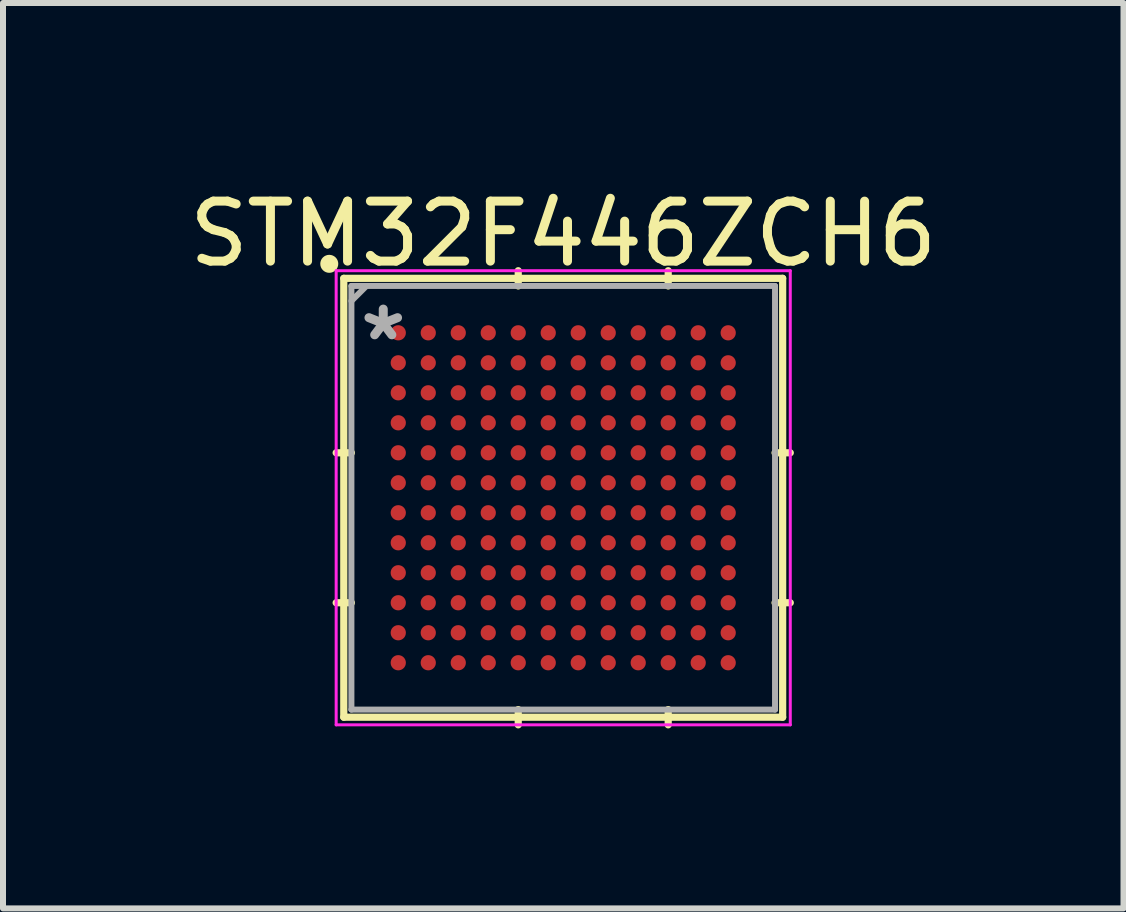
<source format=kicad_pcb>
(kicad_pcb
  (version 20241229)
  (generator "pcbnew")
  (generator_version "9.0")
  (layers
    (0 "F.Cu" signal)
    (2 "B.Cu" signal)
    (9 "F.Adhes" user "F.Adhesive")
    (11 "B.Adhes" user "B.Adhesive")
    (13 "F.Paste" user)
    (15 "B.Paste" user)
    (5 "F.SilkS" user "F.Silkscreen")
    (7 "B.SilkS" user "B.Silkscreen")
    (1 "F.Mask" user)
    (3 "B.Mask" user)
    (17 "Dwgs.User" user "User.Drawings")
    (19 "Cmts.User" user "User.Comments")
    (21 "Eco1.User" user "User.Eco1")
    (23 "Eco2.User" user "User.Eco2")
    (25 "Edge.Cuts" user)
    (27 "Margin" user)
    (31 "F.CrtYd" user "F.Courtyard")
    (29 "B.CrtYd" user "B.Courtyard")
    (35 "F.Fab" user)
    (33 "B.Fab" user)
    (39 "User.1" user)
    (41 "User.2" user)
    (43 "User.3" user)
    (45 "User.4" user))
  (footprint "STM32F446ZCH6"
    (layer "F.Cu")
    (at 6.339 5.248)
    (property "Reference" "STM32F446ZCH6" (at 0 -4.4 0) (layer "F.SilkS") (effects (font (size 1 1) (thickness 0.15))))
    (attr through_hole)
    (fp_line (start -3.658 -3.658) (end -3.658 3.658) (stroke (width 0.12) (type solid)) (layer "F.SilkS"))
    (fp_line (start -3.658 3.658) (end 3.658 3.658) (stroke (width 0.12) (type solid)) (layer "F.SilkS"))
    (fp_line (start -3.531 -0.75) (end -3.785 -0.75) (stroke (width 0.12) (type solid)) (layer "F.SilkS"))
    (fp_line (start -3.531 1.75) (end -3.785 1.75) (stroke (width 0.12) (type solid)) (layer "F.SilkS"))
    (fp_line (start -0.75 -3.531) (end -0.75 -3.785) (stroke (width 0.12) (type solid)) (layer "F.SilkS"))
    (fp_line (start -0.75 3.531) (end -0.75 3.785) (stroke (width 0.12) (type solid)) (layer "F.SilkS"))
    (fp_line (start 1.75 -3.531) (end 1.75 -3.785) (stroke (width 0.12) (type solid)) (layer "F.SilkS"))
    (fp_line (start 1.75 3.531) (end 1.75 3.785) (stroke (width 0.12) (type solid)) (layer "F.SilkS"))
    (fp_line (start 3.531 -0.75) (end 3.785 -0.75) (stroke (width 0.12) (type solid)) (layer "F.SilkS"))
    (fp_line (start 3.531 1.75) (end 3.785 1.75) (stroke (width 0.12) (type solid)) (layer "F.SilkS"))
    (fp_line (start 3.658 -3.658) (end -3.658 -3.658) (stroke (width 0.12) (type solid)) (layer "F.SilkS"))
    (fp_line (start 3.658 3.658) (end 3.658 -3.658) (stroke (width 0.12) (type solid)) (layer "F.SilkS"))
    (fp_circle (center -3.9 -3.9) (end -3.75 -3.9) (stroke (width 0) (type solid)) (fill yes) (layer "F.SilkS"))
    (fp_line (start -3.785 -3.785) (end 3.785 -3.785) (stroke (width 0.05) (type solid)) (layer "F.CrtYd"))
    (fp_line (start -3.785 3.785) (end -3.785 -3.785) (stroke (width 0.05) (type solid)) (layer "F.CrtYd"))
    (fp_line (start 3.785 -3.785) (end 3.785 3.785) (stroke (width 0.05) (type solid)) (layer "F.CrtYd"))
    (fp_line (start 3.785 3.785) (end -3.785 3.785) (stroke (width 0.05) (type solid)) (layer "F.CrtYd"))
    (fp_line (start -3.531 -3.531) (end -3.531 3.531) (stroke (width 0.1) (type solid)) (layer "F.Fab"))
    (fp_line (start -3.531 3.531) (end 3.531 3.531) (stroke (width 0.1) (type solid)) (layer "F.Fab"))
    (fp_line (start -3.281 -3.531) (end -3.531 -3.281) (stroke (width 0.1) (type solid)) (layer "F.Fab"))
    (fp_line (start 3.531 -3.531) (end -3.531 -3.531) (stroke (width 0.1) (type solid)) (layer "F.Fab"))
    (fp_line (start 3.531 3.531) (end 3.531 -3.531) (stroke (width 0.1) (type solid)) (layer "F.Fab"))
    (fp_text user "*" (at -3 -2.6 0) (layer "F.Fab") (effects (font (size 1 1) (thickness 0.15))))
    (pad "A1" smd circle (at -2.75 -2.75) (size 0.254 0.254) (layers "F.Cu" "F.Mask" "F.Paste"))
    (pad "A2" smd circle (at -2.25 -2.75) (size 0.254 0.254) (layers "F.Cu" "F.Mask" "F.Paste"))
    (pad "A3" smd circle (at -1.75 -2.75) (size 0.254 0.254) (layers "F.Cu" "F.Mask" "F.Paste"))
    (pad "A4" smd circle (at -1.25 -2.75) (size 0.254 0.254) (layers "F.Cu" "F.Mask" "F.Paste"))
    (pad "A5" smd circle (at -0.75 -2.75) (size 0.254 0.254) (layers "F.Cu" "F.Mask" "F.Paste"))
    (pad "A6" smd circle (at -0.25 -2.75) (size 0.254 0.254) (layers "F.Cu" "F.Mask" "F.Paste"))
    (pad "A7" smd circle (at 0.25 -2.75) (size 0.254 0.254) (layers "F.Cu" "F.Mask" "F.Paste"))
    (pad "A8" smd circle (at 0.75 -2.75) (size 0.254 0.254) (layers "F.Cu" "F.Mask" "F.Paste"))
    (pad "A9" smd circle (at 1.25 -2.75) (size 0.254 0.254) (layers "F.Cu" "F.Mask" "F.Paste"))
    (pad "A10" smd circle (at 1.75 -2.75) (size 0.254 0.254) (layers "F.Cu" "F.Mask" "F.Paste"))
    (pad "A11" smd circle (at 2.25 -2.75) (size 0.254 0.254) (layers "F.Cu" "F.Mask" "F.Paste"))
    (pad "A12" smd circle (at 2.75 -2.75) (size 0.254 0.254) (layers "F.Cu" "F.Mask" "F.Paste"))
    (pad "B1" smd circle (at -2.75 -2.25) (size 0.254 0.254) (layers "F.Cu" "F.Mask" "F.Paste"))
    (pad "B2" smd circle (at -2.25 -2.25) (size 0.254 0.254) (layers "F.Cu" "F.Mask" "F.Paste"))
    (pad "B3" smd circle (at -1.75 -2.25) (size 0.254 0.254) (layers "F.Cu" "F.Mask" "F.Paste"))
    (pad "B4" smd circle (at -1.25 -2.25) (size 0.254 0.254) (layers "F.Cu" "F.Mask" "F.Paste"))
    (pad "B5" smd circle (at -0.75 -2.25) (size 0.254 0.254) (layers "F.Cu" "F.Mask" "F.Paste"))
    (pad "B6" smd circle (at -0.25 -2.25) (size 0.254 0.254) (layers "F.Cu" "F.Mask" "F.Paste"))
    (pad "B7" smd circle (at 0.25 -2.25) (size 0.254 0.254) (layers "F.Cu" "F.Mask" "F.Paste"))
    (pad "B8" smd circle (at 0.75 -2.25) (size 0.254 0.254) (layers "F.Cu" "F.Mask" "F.Paste"))
    (pad "B9" smd circle (at 1.25 -2.25) (size 0.254 0.254) (layers "F.Cu" "F.Mask" "F.Paste"))
    (pad "B10" smd circle (at 1.75 -2.25) (size 0.254 0.254) (layers "F.Cu" "F.Mask" "F.Paste"))
    (pad "B11" smd circle (at 2.25 -2.25) (size 0.254 0.254) (layers "F.Cu" "F.Mask" "F.Paste"))
    (pad "B12" smd circle (at 2.75 -2.25) (size 0.254 0.254) (layers "F.Cu" "F.Mask" "F.Paste"))
    (pad "C1" smd circle (at -2.75 -1.75) (size 0.254 0.254) (layers "F.Cu" "F.Mask" "F.Paste"))
    (pad "C2" smd circle (at -2.25 -1.75) (size 0.254 0.254) (layers "F.Cu" "F.Mask" "F.Paste"))
    (pad "C3" smd circle (at -1.75 -1.75) (size 0.254 0.254) (layers "F.Cu" "F.Mask" "F.Paste"))
    (pad "C4" smd circle (at -1.25 -1.75) (size 0.254 0.254) (layers "F.Cu" "F.Mask" "F.Paste"))
    (pad "C5" smd circle (at -0.75 -1.75) (size 0.254 0.254) (layers "F.Cu" "F.Mask" "F.Paste"))
    (pad "C6" smd circle (at -0.25 -1.75) (size 0.254 0.254) (layers "F.Cu" "F.Mask" "F.Paste"))
    (pad "C7" smd circle (at 0.25 -1.75) (size 0.254 0.254) (layers "F.Cu" "F.Mask" "F.Paste"))
    (pad "C8" smd circle (at 0.75 -1.75) (size 0.254 0.254) (layers "F.Cu" "F.Mask" "F.Paste"))
    (pad "C9" smd circle (at 1.25 -1.75) (size 0.254 0.254) (layers "F.Cu" "F.Mask" "F.Paste"))
    (pad "C10" smd circle (at 1.75 -1.75) (size 0.254 0.254) (layers "F.Cu" "F.Mask" "F.Paste"))
    (pad "C11" smd circle (at 2.25 -1.75) (size 0.254 0.254) (layers "F.Cu" "F.Mask" "F.Paste"))
    (pad "C12" smd circle (at 2.75 -1.75) (size 0.254 0.254) (layers "F.Cu" "F.Mask" "F.Paste"))
    (pad "D1" smd circle (at -2.75 -1.25) (size 0.254 0.254) (layers "F.Cu" "F.Mask" "F.Paste"))
    (pad "D2" smd circle (at -2.25 -1.25) (size 0.254 0.254) (layers "F.Cu" "F.Mask" "F.Paste"))
    (pad "D3" smd circle (at -1.75 -1.25) (size 0.254 0.254) (layers "F.Cu" "F.Mask" "F.Paste"))
    (pad "D4" smd circle (at -1.25 -1.25) (size 0.254 0.254) (layers "F.Cu" "F.Mask" "F.Paste"))
    (pad "D5" smd circle (at -0.75 -1.25) (size 0.254 0.254) (layers "F.Cu" "F.Mask" "F.Paste"))
    (pad "D6" smd circle (at -0.25 -1.25) (size 0.254 0.254) (layers "F.Cu" "F.Mask" "F.Paste"))
    (pad "D7" smd circle (at 0.25 -1.25) (size 0.254 0.254) (layers "F.Cu" "F.Mask" "F.Paste"))
    (pad "D8" smd circle (at 0.75 -1.25) (size 0.254 0.254) (layers "F.Cu" "F.Mask" "F.Paste"))
    (pad "D9" smd circle (at 1.25 -1.25) (size 0.254 0.254) (layers "F.Cu" "F.Mask" "F.Paste"))
    (pad "D10" smd circle (at 1.75 -1.25) (size 0.254 0.254) (layers "F.Cu" "F.Mask" "F.Paste"))
    (pad "D11" smd circle (at 2.25 -1.25) (size 0.254 0.254) (layers "F.Cu" "F.Mask" "F.Paste"))
    (pad "D12" smd circle (at 2.75 -1.25) (size 0.254 0.254) (layers "F.Cu" "F.Mask" "F.Paste"))
    (pad "E1" smd circle (at -2.75 -0.75) (size 0.254 0.254) (layers "F.Cu" "F.Mask" "F.Paste"))
    (pad "E2" smd circle (at -2.25 -0.75) (size 0.254 0.254) (layers "F.Cu" "F.Mask" "F.Paste"))
    (pad "E3" smd circle (at -1.75 -0.75) (size 0.254 0.254) (layers "F.Cu" "F.Mask" "F.Paste"))
    (pad "E4" smd circle (at -1.25 -0.75) (size 0.254 0.254) (layers "F.Cu" "F.Mask" "F.Paste"))
    (pad "E5" smd circle (at -0.75 -0.75) (size 0.254 0.254) (layers "F.Cu" "F.Mask" "F.Paste"))
    (pad "E6" smd circle (at -0.25 -0.75) (size 0.254 0.254) (layers "F.Cu" "F.Mask" "F.Paste"))
    (pad "E7" smd circle (at 0.25 -0.75) (size 0.254 0.254) (layers "F.Cu" "F.Mask" "F.Paste"))
    (pad "E8" smd circle (at 0.75 -0.75) (size 0.254 0.254) (layers "F.Cu" "F.Mask" "F.Paste"))
    (pad "E9" smd circle (at 1.25 -0.75) (size 0.254 0.254) (layers "F.Cu" "F.Mask" "F.Paste"))
    (pad "E10" smd circle (at 1.75 -0.75) (size 0.254 0.254) (layers "F.Cu" "F.Mask" "F.Paste"))
    (pad "E11" smd circle (at 2.25 -0.75) (size 0.254 0.254) (layers "F.Cu" "F.Mask" "F.Paste"))
    (pad "E12" smd circle (at 2.75 -0.75) (size 0.254 0.254) (layers "F.Cu" "F.Mask" "F.Paste"))
    (pad "F1" smd circle (at -2.75 -0.25) (size 0.254 0.254) (layers "F.Cu" "F.Mask" "F.Paste"))
    (pad "F2" smd circle (at -2.25 -0.25) (size 0.254 0.254) (layers "F.Cu" "F.Mask" "F.Paste"))
    (pad "F3" smd circle (at -1.75 -0.25) (size 0.254 0.254) (layers "F.Cu" "F.Mask" "F.Paste"))
    (pad "F4" smd circle (at -1.25 -0.25) (size 0.254 0.254) (layers "F.Cu" "F.Mask" "F.Paste"))
    (pad "F5" smd circle (at -0.75 -0.25) (size 0.254 0.254) (layers "F.Cu" "F.Mask" "F.Paste"))
    (pad "F6" smd circle (at -0.25 -0.25) (size 0.254 0.254) (layers "F.Cu" "F.Mask" "F.Paste"))
    (pad "F7" smd circle (at 0.25 -0.25) (size 0.254 0.254) (layers "F.Cu" "F.Mask" "F.Paste"))
    (pad "F8" smd circle (at 0.75 -0.25) (size 0.254 0.254) (layers "F.Cu" "F.Mask" "F.Paste"))
    (pad "F9" smd circle (at 1.25 -0.25) (size 0.254 0.254) (layers "F.Cu" "F.Mask" "F.Paste"))
    (pad "F10" smd circle (at 1.75 -0.25) (size 0.254 0.254) (layers "F.Cu" "F.Mask" "F.Paste"))
    (pad "F11" smd circle (at 2.25 -0.25) (size 0.254 0.254) (layers "F.Cu" "F.Mask" "F.Paste"))
    (pad "F12" smd circle (at 2.75 -0.25) (size 0.254 0.254) (layers "F.Cu" "F.Mask" "F.Paste"))
    (pad "G1" smd circle (at -2.75 0.25) (size 0.254 0.254) (layers "F.Cu" "F.Mask" "F.Paste"))
    (pad "G2" smd circle (at -2.25 0.25) (size 0.254 0.254) (layers "F.Cu" "F.Mask" "F.Paste"))
    (pad "G3" smd circle (at -1.75 0.25) (size 0.254 0.254) (layers "F.Cu" "F.Mask" "F.Paste"))
    (pad "G4" smd circle (at -1.25 0.25) (size 0.254 0.254) (layers "F.Cu" "F.Mask" "F.Paste"))
    (pad "G5" smd circle (at -0.75 0.25) (size 0.254 0.254) (layers "F.Cu" "F.Mask" "F.Paste"))
    (pad "G6" smd circle (at -0.25 0.25) (size 0.254 0.254) (layers "F.Cu" "F.Mask" "F.Paste"))
    (pad "G7" smd circle (at 0.25 0.25) (size 0.254 0.254) (layers "F.Cu" "F.Mask" "F.Paste"))
    (pad "G8" smd circle (at 0.75 0.25) (size 0.254 0.254) (layers "F.Cu" "F.Mask" "F.Paste"))
    (pad "G9" smd circle (at 1.25 0.25) (size 0.254 0.254) (layers "F.Cu" "F.Mask" "F.Paste"))
    (pad "G10" smd circle (at 1.75 0.25) (size 0.254 0.254) (layers "F.Cu" "F.Mask" "F.Paste"))
    (pad "G11" smd circle (at 2.25 0.25) (size 0.254 0.254) (layers "F.Cu" "F.Mask" "F.Paste"))
    (pad "G12" smd circle (at 2.75 0.25) (size 0.254 0.254) (layers "F.Cu" "F.Mask" "F.Paste"))
    (pad "H1" smd circle (at -2.75 0.75) (size 0.254 0.254) (layers "F.Cu" "F.Mask" "F.Paste"))
    (pad "H2" smd circle (at -2.25 0.75) (size 0.254 0.254) (layers "F.Cu" "F.Mask" "F.Paste"))
    (pad "H3" smd circle (at -1.75 0.75) (size 0.254 0.254) (layers "F.Cu" "F.Mask" "F.Paste"))
    (pad "H4" smd circle (at -1.25 0.75) (size 0.254 0.254) (layers "F.Cu" "F.Mask" "F.Paste"))
    (pad "H5" smd circle (at -0.75 0.75) (size 0.254 0.254) (layers "F.Cu" "F.Mask" "F.Paste"))
    (pad "H6" smd circle (at -0.25 0.75) (size 0.254 0.254) (layers "F.Cu" "F.Mask" "F.Paste"))
    (pad "H7" smd circle (at 0.25 0.75) (size 0.254 0.254) (layers "F.Cu" "F.Mask" "F.Paste"))
    (pad "H8" smd circle (at 0.75 0.75) (size 0.254 0.254) (layers "F.Cu" "F.Mask" "F.Paste"))
    (pad "H9" smd circle (at 1.25 0.75) (size 0.254 0.254) (layers "F.Cu" "F.Mask" "F.Paste"))
    (pad "H10" smd circle (at 1.75 0.75) (size 0.254 0.254) (layers "F.Cu" "F.Mask" "F.Paste"))
    (pad "H11" smd circle (at 2.25 0.75) (size 0.254 0.254) (layers "F.Cu" "F.Mask" "F.Paste"))
    (pad "H12" smd circle (at 2.75 0.75) (size 0.254 0.254) (layers "F.Cu" "F.Mask" "F.Paste"))
    (pad "J1" smd circle (at -2.75 1.25) (size 0.254 0.254) (layers "F.Cu" "F.Mask" "F.Paste"))
    (pad "J2" smd circle (at -2.25 1.25) (size 0.254 0.254) (layers "F.Cu" "F.Mask" "F.Paste"))
    (pad "J3" smd circle (at -1.75 1.25) (size 0.254 0.254) (layers "F.Cu" "F.Mask" "F.Paste"))
    (pad "J4" smd circle (at -1.25 1.25) (size 0.254 0.254) (layers "F.Cu" "F.Mask" "F.Paste"))
    (pad "J5" smd circle (at -0.75 1.25) (size 0.254 0.254) (layers "F.Cu" "F.Mask" "F.Paste"))
    (pad "J6" smd circle (at -0.25 1.25) (size 0.254 0.254) (layers "F.Cu" "F.Mask" "F.Paste"))
    (pad "J7" smd circle (at 0.25 1.25) (size 0.254 0.254) (layers "F.Cu" "F.Mask" "F.Paste"))
    (pad "J8" smd circle (at 0.75 1.25) (size 0.254 0.254) (layers "F.Cu" "F.Mask" "F.Paste"))
    (pad "J9" smd circle (at 1.25 1.25) (size 0.254 0.254) (layers "F.Cu" "F.Mask" "F.Paste"))
    (pad "J10" smd circle (at 1.75 1.25) (size 0.254 0.254) (layers "F.Cu" "F.Mask" "F.Paste"))
    (pad "J11" smd circle (at 2.25 1.25) (size 0.254 0.254) (layers "F.Cu" "F.Mask" "F.Paste"))
    (pad "J12" smd circle (at 2.75 1.25) (size 0.254 0.254) (layers "F.Cu" "F.Mask" "F.Paste"))
    (pad "K1" smd circle (at -2.75 1.75) (size 0.254 0.254) (layers "F.Cu" "F.Mask" "F.Paste"))
    (pad "K2" smd circle (at -2.25 1.75) (size 0.254 0.254) (layers "F.Cu" "F.Mask" "F.Paste"))
    (pad "K3" smd circle (at -1.75 1.75) (size 0.254 0.254) (layers "F.Cu" "F.Mask" "F.Paste"))
    (pad "K4" smd circle (at -1.25 1.75) (size 0.254 0.254) (layers "F.Cu" "F.Mask" "F.Paste"))
    (pad "K5" smd circle (at -0.75 1.75) (size 0.254 0.254) (layers "F.Cu" "F.Mask" "F.Paste"))
    (pad "K6" smd circle (at -0.25 1.75) (size 0.254 0.254) (layers "F.Cu" "F.Mask" "F.Paste"))
    (pad "K7" smd circle (at 0.25 1.75) (size 0.254 0.254) (layers "F.Cu" "F.Mask" "F.Paste"))
    (pad "K8" smd circle (at 0.75 1.75) (size 0.254 0.254) (layers "F.Cu" "F.Mask" "F.Paste"))
    (pad "K9" smd circle (at 1.25 1.75) (size 0.254 0.254) (layers "F.Cu" "F.Mask" "F.Paste"))
    (pad "K10" smd circle (at 1.75 1.75) (size 0.254 0.254) (layers "F.Cu" "F.Mask" "F.Paste"))
    (pad "K11" smd circle (at 2.25 1.75) (size 0.254 0.254) (layers "F.Cu" "F.Mask" "F.Paste"))
    (pad "K12" smd circle (at 2.75 1.75) (size 0.254 0.254) (layers "F.Cu" "F.Mask" "F.Paste"))
    (pad "L1" smd circle (at -2.75 2.25) (size 0.254 0.254) (layers "F.Cu" "F.Mask" "F.Paste"))
    (pad "L2" smd circle (at -2.25 2.25) (size 0.254 0.254) (layers "F.Cu" "F.Mask" "F.Paste"))
    (pad "L3" smd circle (at -1.75 2.25) (size 0.254 0.254) (layers "F.Cu" "F.Mask" "F.Paste"))
    (pad "L4" smd circle (at -1.25 2.25) (size 0.254 0.254) (layers "F.Cu" "F.Mask" "F.Paste"))
    (pad "L5" smd circle (at -0.75 2.25) (size 0.254 0.254) (layers "F.Cu" "F.Mask" "F.Paste"))
    (pad "L6" smd circle (at -0.25 2.25) (size 0.254 0.254) (layers "F.Cu" "F.Mask" "F.Paste"))
    (pad "L7" smd circle (at 0.25 2.25) (size 0.254 0.254) (layers "F.Cu" "F.Mask" "F.Paste"))
    (pad "L8" smd circle (at 0.75 2.25) (size 0.254 0.254) (layers "F.Cu" "F.Mask" "F.Paste"))
    (pad "L9" smd circle (at 1.25 2.25) (size 0.254 0.254) (layers "F.Cu" "F.Mask" "F.Paste"))
    (pad "L10" smd circle (at 1.75 2.25) (size 0.254 0.254) (layers "F.Cu" "F.Mask" "F.Paste"))
    (pad "L11" smd circle (at 2.25 2.25) (size 0.254 0.254) (layers "F.Cu" "F.Mask" "F.Paste"))
    (pad "L12" smd circle (at 2.75 2.25) (size 0.254 0.254) (layers "F.Cu" "F.Mask" "F.Paste"))
    (pad "M1" smd circle (at -2.75 2.75) (size 0.254 0.254) (layers "F.Cu" "F.Mask" "F.Paste"))
    (pad "M2" smd circle (at -2.25 2.75) (size 0.254 0.254) (layers "F.Cu" "F.Mask" "F.Paste"))
    (pad "M3" smd circle (at -1.75 2.75) (size 0.254 0.254) (layers "F.Cu" "F.Mask" "F.Paste"))
    (pad "M4" smd circle (at -1.25 2.75) (size 0.254 0.254) (layers "F.Cu" "F.Mask" "F.Paste"))
    (pad "M5" smd circle (at -0.75 2.75) (size 0.254 0.254) (layers "F.Cu" "F.Mask" "F.Paste"))
    (pad "M6" smd circle (at -0.25 2.75) (size 0.254 0.254) (layers "F.Cu" "F.Mask" "F.Paste"))
    (pad "M7" smd circle (at 0.25 2.75) (size 0.254 0.254) (layers "F.Cu" "F.Mask" "F.Paste"))
    (pad "M8" smd circle (at 0.75 2.75) (size 0.254 0.254) (layers "F.Cu" "F.Mask" "F.Paste"))
    (pad "M9" smd circle (at 1.25 2.75) (size 0.254 0.254) (layers "F.Cu" "F.Mask" "F.Paste"))
    (pad "M10" smd circle (at 1.75 2.75) (size 0.254 0.254) (layers "F.Cu" "F.Mask" "F.Paste"))
    (pad "M11" smd circle (at 2.25 2.75) (size 0.254 0.254) (layers "F.Cu" "F.Mask" "F.Paste"))
    (pad "M12" smd circle (at 2.75 2.75) (size 0.254 0.254) (layers "F.Cu" "F.Mask" "F.Paste")))
  (gr_rect
    (start -3 -3)
    (end 15.679 12.093)
    (stroke (width 0.1) (type default))
    (fill no)
    (layer "Edge.Cuts")))
</source>
